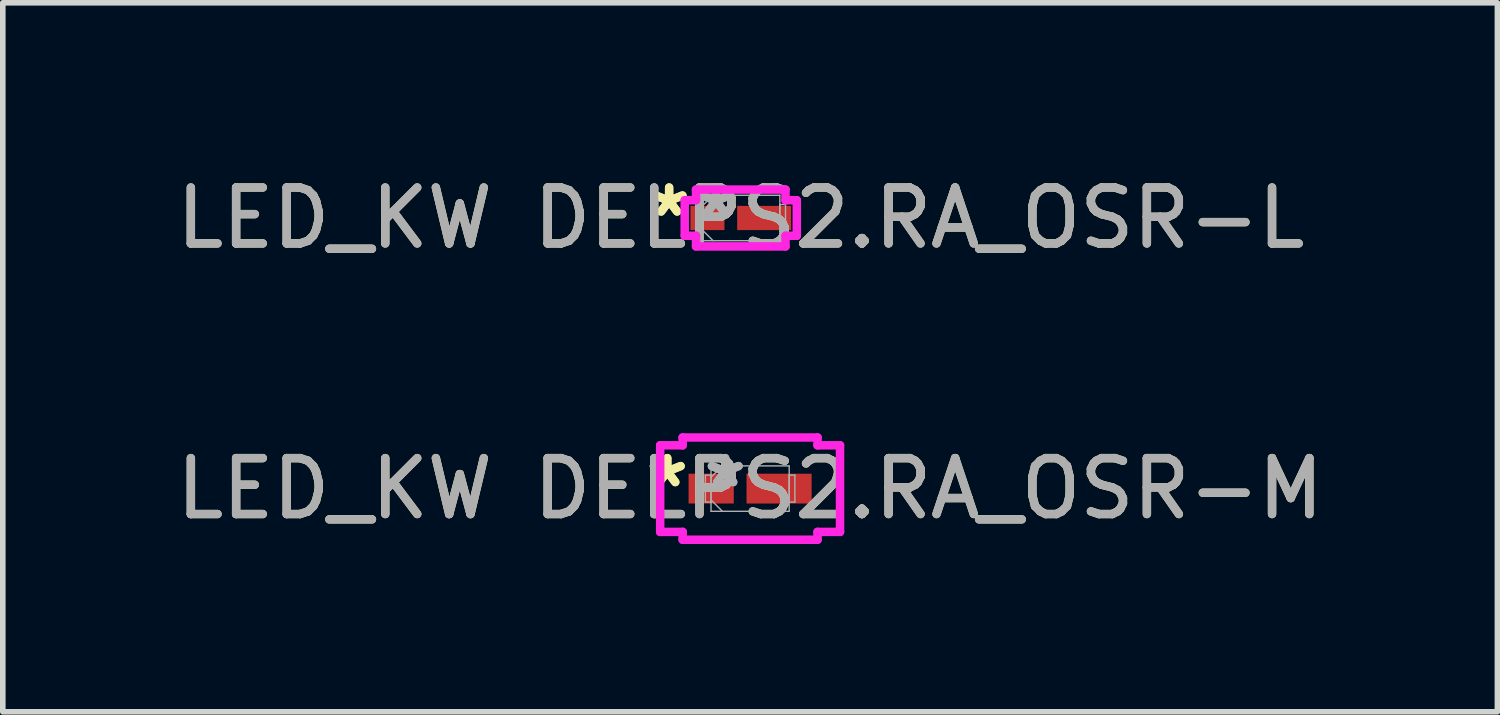
<source format=kicad_pcb>
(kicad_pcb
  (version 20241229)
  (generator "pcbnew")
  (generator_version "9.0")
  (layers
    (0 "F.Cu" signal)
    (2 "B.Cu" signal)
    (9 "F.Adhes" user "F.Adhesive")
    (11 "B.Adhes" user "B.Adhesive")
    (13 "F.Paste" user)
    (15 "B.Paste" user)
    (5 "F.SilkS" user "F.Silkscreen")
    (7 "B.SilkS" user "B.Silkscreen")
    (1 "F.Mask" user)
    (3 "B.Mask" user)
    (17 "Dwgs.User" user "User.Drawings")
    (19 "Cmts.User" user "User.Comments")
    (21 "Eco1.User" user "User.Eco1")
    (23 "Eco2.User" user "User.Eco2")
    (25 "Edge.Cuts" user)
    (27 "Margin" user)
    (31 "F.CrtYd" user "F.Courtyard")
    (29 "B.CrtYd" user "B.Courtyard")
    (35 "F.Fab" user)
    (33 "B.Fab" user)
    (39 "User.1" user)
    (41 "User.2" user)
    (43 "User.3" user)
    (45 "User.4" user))
  (footprint "LED_KW DELPS2.RA_OSR-L"
    (layer "F.Cu")
    (at 10.196 0.848)
    (property "Reference" "LED_KW DELPS2.RA_OSR-L" (at 0 0 0) (unlocked yes) (layer "F.SilkS") (effects (font (size 1 1) (thickness 0.15))))
    (attr smd)
    (fp_line (start -1.002 -0.318) (end -0.8 -0.318) (stroke (width 0.152) (type solid)) (layer "F.CrtYd"))
    (fp_line (start -1.002 0.318) (end -1.002 -0.318) (stroke (width 0.152) (type solid)) (layer "F.CrtYd"))
    (fp_line (start -0.8 -0.508) (end 0.8 -0.508) (stroke (width 0.152) (type solid)) (layer "F.CrtYd"))
    (fp_line (start -0.8 -0.318) (end -0.8 -0.508) (stroke (width 0.152) (type solid)) (layer "F.CrtYd"))
    (fp_line (start -0.8 0.318) (end -1.002 0.318) (stroke (width 0.152) (type solid)) (layer "F.CrtYd"))
    (fp_line (start -0.8 0.508) (end -0.8 0.318) (stroke (width 0.152) (type solid)) (layer "F.CrtYd"))
    (fp_line (start 0.8 -0.508) (end 0.8 -0.318) (stroke (width 0.152) (type solid)) (layer "F.CrtYd"))
    (fp_line (start 0.8 -0.318) (end 1.002 -0.318) (stroke (width 0.152) (type solid)) (layer "F.CrtYd"))
    (fp_line (start 0.8 0.318) (end 0.8 0.508) (stroke (width 0.152) (type solid)) (layer "F.CrtYd"))
    (fp_line (start 0.8 0.508) (end -0.8 0.508) (stroke (width 0.152) (type solid)) (layer "F.CrtYd"))
    (fp_line (start 1.002 -0.318) (end 1.002 0.318) (stroke (width 0.152) (type solid)) (layer "F.CrtYd"))
    (fp_line (start 1.002 0.318) (end 0.8 0.318) (stroke (width 0.152) (type solid)) (layer "F.CrtYd"))
    (fp_line (start -0.8 -0.241) (end -0.8 0.241) (stroke (width 0.025) (type solid)) (layer "F.Fab"))
    (fp_line (start -0.8 0.241) (end -0.699 0.241) (stroke (width 0.025) (type solid)) (layer "F.Fab"))
    (fp_line (start -0.699 -0.406) (end -0.699 0.406) (stroke (width 0.025) (type solid)) (layer "F.Fab"))
    (fp_line (start -0.699 -0.241) (end -0.8 -0.241) (stroke (width 0.025) (type solid)) (layer "F.Fab"))
    (fp_line (start -0.699 -0.203) (end -0.495 -0.406) (stroke (width 0.025) (type solid)) (layer "F.Fab"))
    (fp_line (start -0.699 0.203) (end -0.495 0.406) (stroke (width 0.025) (type solid)) (layer "F.Fab"))
    (fp_line (start -0.699 0.241) (end -0.699 -0.241) (stroke (width 0.025) (type solid)) (layer "F.Fab"))
    (fp_line (start -0.699 0.406) (end 0.699 0.406) (stroke (width 0.025) (type solid)) (layer "F.Fab"))
    (fp_line (start 0.699 -0.406) (end -0.699 -0.406) (stroke (width 0.025) (type solid)) (layer "F.Fab"))
    (fp_line (start 0.699 -0.241) (end 0.699 0.241) (stroke (width 0.025) (type solid)) (layer "F.Fab"))
    (fp_line (start 0.699 0.241) (end 0.8 0.241) (stroke (width 0.025) (type solid)) (layer "F.Fab"))
    (fp_line (start 0.699 0.406) (end 0.699 -0.406) (stroke (width 0.025) (type solid)) (layer "F.Fab"))
    (fp_line (start 0.8 -0.241) (end 0.699 -0.241) (stroke (width 0.025) (type solid)) (layer "F.Fab"))
    (fp_line (start 0.8 0.241) (end 0.8 -0.241) (stroke (width 0.025) (type solid)) (layer "F.Fab"))
    (fp_text user "*" (at -1.281 0 0) (unlocked yes) (layer "F.SilkS") (effects (font (size 1 1) (thickness 0.15))))
    (fp_text user "*" (at -1.281 0 0) (layer "F.SilkS") (effects (font (size 1 1) (thickness 0.15))))
    (fp_text user "${REFERENCE}" (at 0 0 0) (unlocked yes) (layer "F.Fab") (effects (font (size 1 1) (thickness 0.15))))
    (fp_text user "*" (at -0.445 0 0) (unlocked yes) (layer "F.Fab") (effects (font (size 1 1) (thickness 0.15))))
    (fp_text user "*" (at -0.445 0 0) (layer "F.Fab") (effects (font (size 1 1) (thickness 0.15))))
    (pad "1" smd rect (at -0.596 0) (size 0.608 0.433) (layers "F.Cu" "F.Mask" "F.Paste"))
    (pad "2" smd rect (at 0.418 0) (size 0.964 0.433) (layers "F.Cu" "F.Mask" "F.Paste"))
    (zone (net_name "") (layer "F.Cu") (hatch full 0.508) (connect_pads) (min_thickness 0.254) (filled_areas_thickness no) (keepout (tracks not_allowed) (vias not_allowed) (pads allowed) (copperpour not_allowed) (footprints allowed)) (placement (enabled no)) (fill) (polygon (pts (xy 9.955 0.493) (xy 10.082 0.493) (xy 10.082 1.204) (xy 9.955 1.204)))))
  (footprint "LED_KW DELPS2.RA_OSR-M"
    (layer "F.Cu")
    (at 10.363 5.687)
    (property "Reference" "LED_KW DELPS2.RA_OSR-M" (at 0 0 0) (unlocked yes) (layer "F.SilkS") (effects (font (size 1 1) (thickness 0.15))))
    (attr smd)
    (fp_line (start -1.608 -0.774) (end -1.206 -0.774) (stroke (width 0.152) (type solid)) (layer "F.CrtYd"))
    (fp_line (start -1.608 0.774) (end -1.608 -0.774) (stroke (width 0.152) (type solid)) (layer "F.CrtYd"))
    (fp_line (start -1.206 -0.914) (end 1.206 -0.914) (stroke (width 0.152) (type solid)) (layer "F.CrtYd"))
    (fp_line (start -1.206 -0.774) (end -1.206 -0.914) (stroke (width 0.152) (type solid)) (layer "F.CrtYd"))
    (fp_line (start -1.206 0.774) (end -1.608 0.774) (stroke (width 0.152) (type solid)) (layer "F.CrtYd"))
    (fp_line (start -1.206 0.914) (end -1.206 0.774) (stroke (width 0.152) (type solid)) (layer "F.CrtYd"))
    (fp_line (start 1.206 -0.914) (end 1.206 -0.774) (stroke (width 0.152) (type solid)) (layer "F.CrtYd"))
    (fp_line (start 1.206 -0.774) (end 1.608 -0.774) (stroke (width 0.152) (type solid)) (layer "F.CrtYd"))
    (fp_line (start 1.206 0.774) (end 1.206 0.914) (stroke (width 0.152) (type solid)) (layer "F.CrtYd"))
    (fp_line (start 1.206 0.914) (end -1.206 0.914) (stroke (width 0.152) (type solid)) (layer "F.CrtYd"))
    (fp_line (start 1.608 -0.774) (end 1.608 0.774) (stroke (width 0.152) (type solid)) (layer "F.CrtYd"))
    (fp_line (start 1.608 0.774) (end 1.206 0.774) (stroke (width 0.152) (type solid)) (layer "F.CrtYd"))
    (fp_line (start -0.8 -0.241) (end -0.8 0.241) (stroke (width 0.025) (type solid)) (layer "F.Fab"))
    (fp_line (start -0.8 0.241) (end -0.699 0.241) (stroke (width 0.025) (type solid)) (layer "F.Fab"))
    (fp_line (start -0.699 -0.406) (end -0.699 0.406) (stroke (width 0.025) (type solid)) (layer "F.Fab"))
    (fp_line (start -0.699 -0.241) (end -0.8 -0.241) (stroke (width 0.025) (type solid)) (layer "F.Fab"))
    (fp_line (start -0.699 -0.203) (end -0.495 -0.406) (stroke (width 0.025) (type solid)) (layer "F.Fab"))
    (fp_line (start -0.699 0.203) (end -0.495 0.406) (stroke (width 0.025) (type solid)) (layer "F.Fab"))
    (fp_line (start -0.699 0.241) (end -0.699 -0.241) (stroke (width 0.025) (type solid)) (layer "F.Fab"))
    (fp_line (start -0.699 0.406) (end 0.699 0.406) (stroke (width 0.025) (type solid)) (layer "F.Fab"))
    (fp_line (start 0.699 -0.406) (end -0.699 -0.406) (stroke (width 0.025) (type solid)) (layer "F.Fab"))
    (fp_line (start 0.699 -0.241) (end 0.699 0.241) (stroke (width 0.025) (type solid)) (layer "F.Fab"))
    (fp_line (start 0.699 0.241) (end 0.8 0.241) (stroke (width 0.025) (type solid)) (layer "F.Fab"))
    (fp_line (start 0.699 0.406) (end 0.699 -0.406) (stroke (width 0.025) (type solid)) (layer "F.Fab"))
    (fp_line (start 0.8 -0.241) (end 0.699 -0.241) (stroke (width 0.025) (type solid)) (layer "F.Fab"))
    (fp_line (start 0.8 0.241) (end 0.8 -0.241) (stroke (width 0.025) (type solid)) (layer "F.Fab"))
    (fp_text user "*" (at -1.481 0 0) (unlocked yes) (layer "F.SilkS") (effects (font (size 1 1) (thickness 0.15))))
    (fp_text user "*" (at -1.481 0 0) (layer "F.SilkS") (effects (font (size 1 1) (thickness 0.15))))
    (fp_text user "*" (at -0.445 0 0) (layer "F.Fab") (effects (font (size 1 1) (thickness 0.15))))
    (fp_text user "${REFERENCE}" (at 0 0 0) (unlocked yes) (layer "F.Fab") (effects (font (size 1 1) (thickness 0.15))))
    (fp_text user "*" (at -0.445 0 0) (unlocked yes) (layer "F.Fab") (effects (font (size 1 1) (thickness 0.15))))
    (pad "1" smd rect (at -0.696 0) (size 0.808 0.533) (layers "F.Cu" "F.Mask" "F.Paste"))
    (pad "2" smd rect (at 0.518 0) (size 1.164 0.533) (layers "F.Cu" "F.Mask" "F.Paste"))
    (zone (net_name "") (layer "F.Cu") (hatch full 0.508) (connect_pads) (min_thickness 0.254) (filled_areas_thickness no) (keepout (tracks not_allowed) (vias not_allowed) (pads allowed) (copperpour not_allowed) (footprints allowed)) (placement (enabled no)) (fill) (polygon (pts (xy 10.122 5.332) (xy 10.249 5.332) (xy 10.249 6.043) (xy 10.122 6.043)))))
  (gr_rect
    (start -3 -3)
    (end 23.726 9.678)
    (stroke (width 0.1) (type default))
    (fill no)
    (layer "Edge.Cuts")))
</source>
